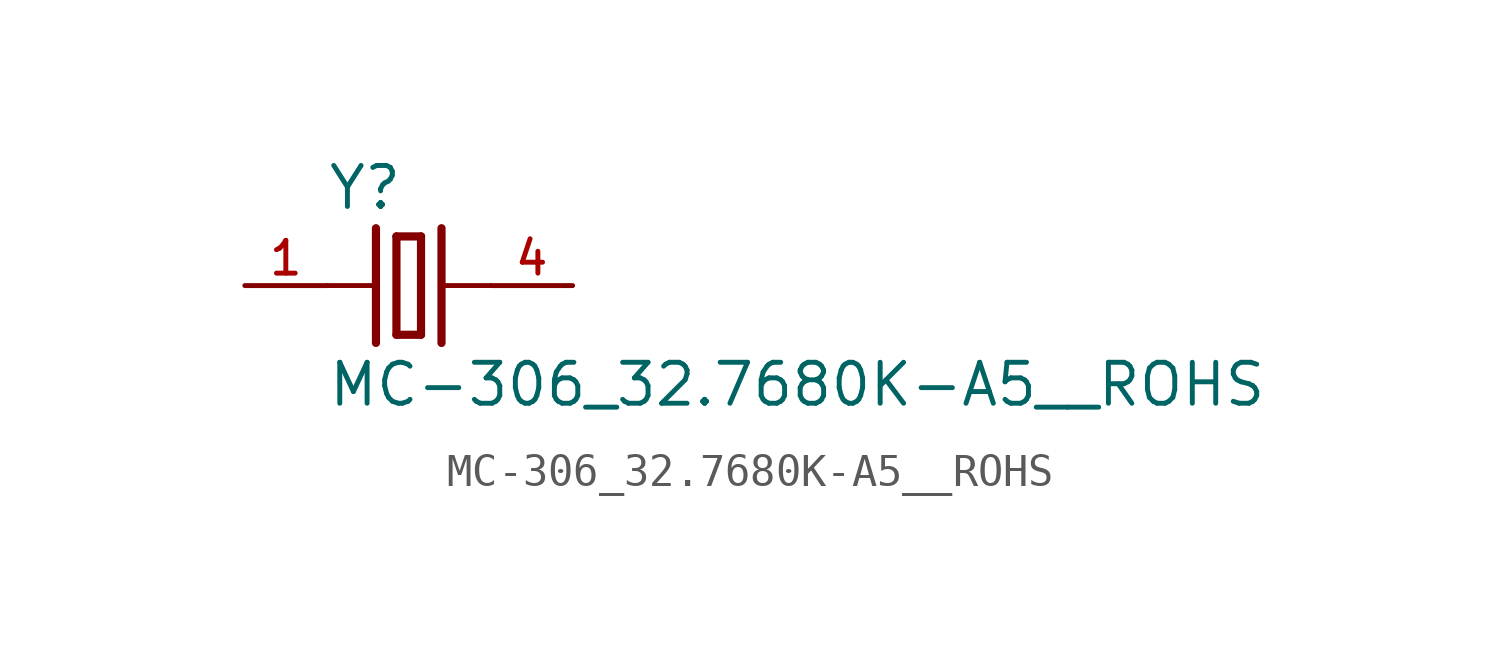
<source format=kicad_sym>
(kicad_symbol_lib
  (version 20211014)
  (generator kicad_symbol_editor)
  (symbol "MC-306_32.7680K-A5__ROHS"
    (pin_names
      (offset 1.016))
    (property "Reference" "Y"
      (at -2.545 2.29 0)
      (effects (font (size 1.27 1.27)) (justify bottom left)))
    (property "Value" "MC-306_32.7680K-A5__ROHS"
      (at -2.54 -3.811 0)
      (effects (font (size 1.27 1.27)) (justify bottom left)))
    (symbol "MC-306_32.7680K-A5__ROHS_0_0"
      (polyline (pts (xy 1.016 0.0) (xy 2.54 0.0)) (stroke (width 0.152)))
      (polyline (pts (xy -2.54 0.0) (xy -1.016 0.0)) (stroke (width 0.152)))
      (polyline (pts (xy -0.381 1.524) (xy -0.381 -1.524)) (stroke (width 0.254)))
      (polyline (pts (xy -0.381 -1.524) (xy 0.381 -1.524)) (stroke (width 0.254)))
      (polyline (pts (xy 0.381 -1.524) (xy 0.381 1.524)) (stroke (width 0.254)))
      (polyline (pts (xy 0.381 1.524) (xy -0.381 1.524)) (stroke (width 0.254)))
      (polyline (pts (xy 1.016 1.778) (xy 1.016 -1.778)) (stroke (width 0.254)))
      (polyline (pts (xy -1.016 1.778) (xy -1.016 -1.778)) (stroke (width 0.254)))
      (pin passive line (at 5.08 0.0 180.0) (length 2.54) (name "~" (effects (font (size 1.016 1.016)))) (number "4" (effects (font (size 1.016 1.016)))))
      (pin passive line (at -5.08 0.0 0) (length 2.54) (name "~" (effects (font (size 1.016 1.016)))) (number "1" (effects (font (size 1.016 1.016))))))))
</source>
